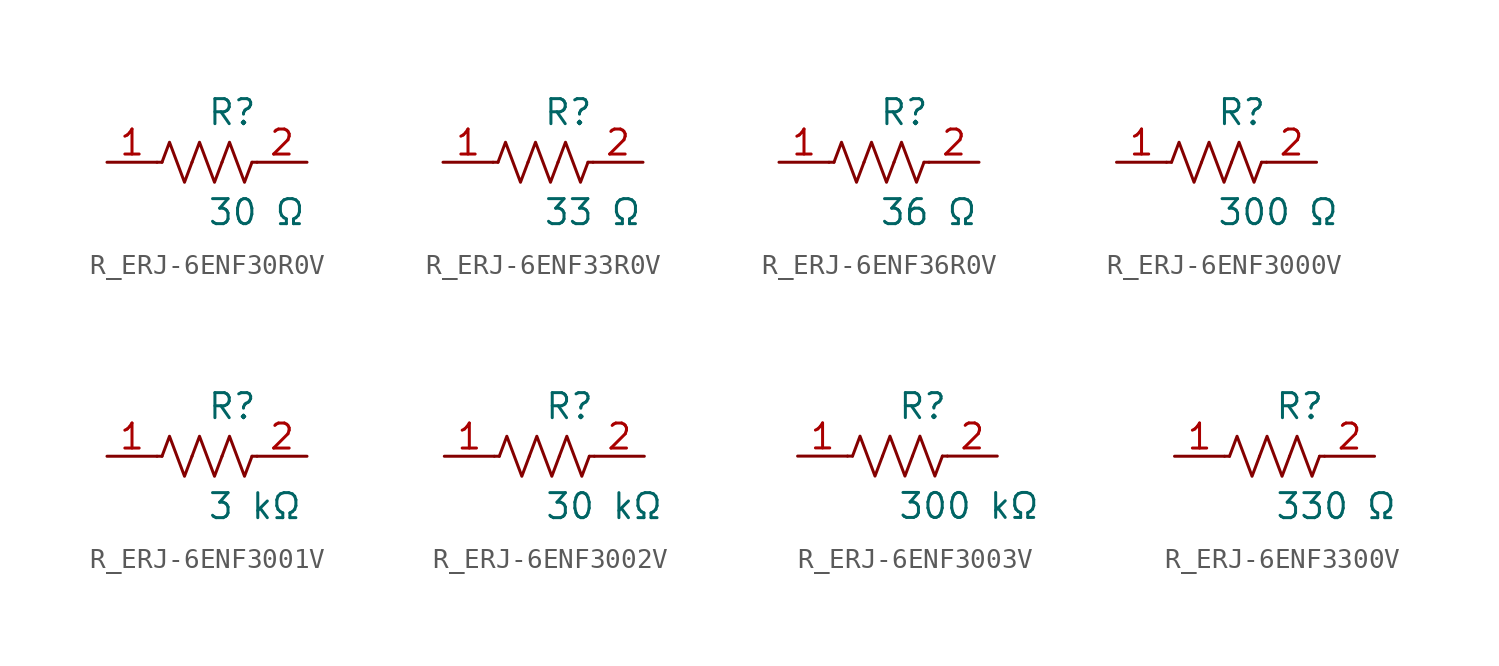
<source format=kicad_sym>
(kicad_symbol_lib
  (version 20231120)
  (generator kicad_symbol_editor)
  (generator_version 8.0)
  (symbol "R_ERJ-6ENF30R0V"
    (pin_names
      (offset 0.254))
    (property "Reference" "R"
      (at 0.0 2.54 0)
      (effects (font (size 1.27 1.27)) (justify left)))
    (property "Value" "30 Ω"
      (at 0.0 -2.54 0)
      (effects (font (size 1.27 1.27)) (justify left)))
    (symbol "R_ERJ-6ENF30R0V_0_1"
      (polyline (pts (xy 2.286 0) (xy 2.54 0)) (stroke (width 0) (type default)) (fill (type none)))
      (polyline (pts (xy -2.286 0) (xy -2.54 0)) (stroke (width 0) (type default)) (fill (type none)))
      (polyline (pts (xy 0.762 0) (xy 1.143 1.016) (xy 1.524 0) (xy 1.905 -1.016) (xy 2.286 0)) (stroke (width 0) (type default)) (fill (type none)))
      (polyline (pts (xy -0.762 0) (xy -0.381 1.016) (xy 0 0) (xy 0.381 -1.016) (xy 0.762 0)) (stroke (width 0) (type default)) (fill (type none)))
      (polyline (pts (xy -2.286 0) (xy -1.905 1.016) (xy -1.524 0) (xy -1.143 -1.016) (xy -0.762 0)) (stroke (width 0) (type default)) (fill (type none))))
    (pin unspecified line
      (at -5.08 0 0)
      (length 2.54)
      (name "" (effects (font (size 1.27 1.27))))
      (number "1" (effects (font (size 1.27 1.27)))))
    (pin unspecified line
      (at 5.08 0 180)
      (length 2.54)
      (name "" (effects (font (size 1.27 1.27))))
      (number "2" (effects (font (size 1.27 1.27))))))
  (symbol "R_ERJ-6ENF33R0V"
    (pin_names
      (offset 0.254))
    (property "Reference" "R"
      (at 0.0 2.54 0)
      (effects (font (size 1.27 1.27)) (justify left)))
    (property "Value" "33 Ω"
      (at 0.0 -2.54 0)
      (effects (font (size 1.27 1.27)) (justify left)))
    (symbol "R_ERJ-6ENF33R0V_0_1"
      (polyline (pts (xy 2.286 0) (xy 2.54 0)) (stroke (width 0) (type default)) (fill (type none)))
      (polyline (pts (xy -2.286 0) (xy -2.54 0)) (stroke (width 0) (type default)) (fill (type none)))
      (polyline (pts (xy 0.762 0) (xy 1.143 1.016) (xy 1.524 0) (xy 1.905 -1.016) (xy 2.286 0)) (stroke (width 0) (type default)) (fill (type none)))
      (polyline (pts (xy -0.762 0) (xy -0.381 1.016) (xy 0 0) (xy 0.381 -1.016) (xy 0.762 0)) (stroke (width 0) (type default)) (fill (type none)))
      (polyline (pts (xy -2.286 0) (xy -1.905 1.016) (xy -1.524 0) (xy -1.143 -1.016) (xy -0.762 0)) (stroke (width 0) (type default)) (fill (type none))))
    (pin unspecified line
      (at -5.08 0 0)
      (length 2.54)
      (name "" (effects (font (size 1.27 1.27))))
      (number "1" (effects (font (size 1.27 1.27)))))
    (pin unspecified line
      (at 5.08 0 180)
      (length 2.54)
      (name "" (effects (font (size 1.27 1.27))))
      (number "2" (effects (font (size 1.27 1.27))))))
  (symbol "R_ERJ-6ENF36R0V"
    (pin_names
      (offset 0.254))
    (property "Reference" "R"
      (at 0.0 2.54 0)
      (effects (font (size 1.27 1.27)) (justify left)))
    (property "Value" "36 Ω"
      (at 0.0 -2.54 0)
      (effects (font (size 1.27 1.27)) (justify left)))
    (symbol "R_ERJ-6ENF36R0V_0_1"
      (polyline (pts (xy 2.286 0) (xy 2.54 0)) (stroke (width 0) (type default)) (fill (type none)))
      (polyline (pts (xy -2.286 0) (xy -2.54 0)) (stroke (width 0) (type default)) (fill (type none)))
      (polyline (pts (xy 0.762 0) (xy 1.143 1.016) (xy 1.524 0) (xy 1.905 -1.016) (xy 2.286 0)) (stroke (width 0) (type default)) (fill (type none)))
      (polyline (pts (xy -0.762 0) (xy -0.381 1.016) (xy 0 0) (xy 0.381 -1.016) (xy 0.762 0)) (stroke (width 0) (type default)) (fill (type none)))
      (polyline (pts (xy -2.286 0) (xy -1.905 1.016) (xy -1.524 0) (xy -1.143 -1.016) (xy -0.762 0)) (stroke (width 0) (type default)) (fill (type none))))
    (pin unspecified line
      (at -5.08 0 0)
      (length 2.54)
      (name "" (effects (font (size 1.27 1.27))))
      (number "1" (effects (font (size 1.27 1.27)))))
    (pin unspecified line
      (at 5.08 0 180)
      (length 2.54)
      (name "" (effects (font (size 1.27 1.27))))
      (number "2" (effects (font (size 1.27 1.27))))))
  (symbol "R_ERJ-6ENF3000V"
    (pin_names
      (offset 0.254))
    (property "Reference" "R"
      (at 0.0 2.54 0)
      (effects (font (size 1.27 1.27)) (justify left)))
    (property "Value" "300 Ω"
      (at 0.0 -2.54 0)
      (effects (font (size 1.27 1.27)) (justify left)))
    (symbol "R_ERJ-6ENF3000V_0_1"
      (polyline (pts (xy 2.286 0) (xy 2.54 0)) (stroke (width 0) (type default)) (fill (type none)))
      (polyline (pts (xy -2.286 0) (xy -2.54 0)) (stroke (width 0) (type default)) (fill (type none)))
      (polyline (pts (xy 0.762 0) (xy 1.143 1.016) (xy 1.524 0) (xy 1.905 -1.016) (xy 2.286 0)) (stroke (width 0) (type default)) (fill (type none)))
      (polyline (pts (xy -0.762 0) (xy -0.381 1.016) (xy 0 0) (xy 0.381 -1.016) (xy 0.762 0)) (stroke (width 0) (type default)) (fill (type none)))
      (polyline (pts (xy -2.286 0) (xy -1.905 1.016) (xy -1.524 0) (xy -1.143 -1.016) (xy -0.762 0)) (stroke (width 0) (type default)) (fill (type none))))
    (pin unspecified line
      (at -5.08 0 0)
      (length 2.54)
      (name "" (effects (font (size 1.27 1.27))))
      (number "1" (effects (font (size 1.27 1.27)))))
    (pin unspecified line
      (at 5.08 0 180)
      (length 2.54)
      (name "" (effects (font (size 1.27 1.27))))
      (number "2" (effects (font (size 1.27 1.27))))))
  (symbol "R_ERJ-6ENF3001V"
    (pin_names
      (offset 0.254))
    (property "Reference" "R"
      (at 0.0 2.54 0)
      (effects (font (size 1.27 1.27)) (justify left)))
    (property "Value" "3 kΩ"
      (at 0.0 -2.54 0)
      (effects (font (size 1.27 1.27)) (justify left)))
    (symbol "R_ERJ-6ENF3001V_0_1"
      (polyline (pts (xy 2.286 0) (xy 2.54 0)) (stroke (width 0) (type default)) (fill (type none)))
      (polyline (pts (xy -2.286 0) (xy -2.54 0)) (stroke (width 0) (type default)) (fill (type none)))
      (polyline (pts (xy 0.762 0) (xy 1.143 1.016) (xy 1.524 0) (xy 1.905 -1.016) (xy 2.286 0)) (stroke (width 0) (type default)) (fill (type none)))
      (polyline (pts (xy -0.762 0) (xy -0.381 1.016) (xy 0 0) (xy 0.381 -1.016) (xy 0.762 0)) (stroke (width 0) (type default)) (fill (type none)))
      (polyline (pts (xy -2.286 0) (xy -1.905 1.016) (xy -1.524 0) (xy -1.143 -1.016) (xy -0.762 0)) (stroke (width 0) (type default)) (fill (type none))))
    (pin unspecified line
      (at -5.08 0 0)
      (length 2.54)
      (name "" (effects (font (size 1.27 1.27))))
      (number "1" (effects (font (size 1.27 1.27)))))
    (pin unspecified line
      (at 5.08 0 180)
      (length 2.54)
      (name "" (effects (font (size 1.27 1.27))))
      (number "2" (effects (font (size 1.27 1.27))))))
  (symbol "R_ERJ-6ENF3002V"
    (pin_names
      (offset 0.254))
    (property "Reference" "R"
      (at 0.0 2.54 0)
      (effects (font (size 1.27 1.27)) (justify left)))
    (property "Value" "30 kΩ"
      (at 0.0 -2.54 0)
      (effects (font (size 1.27 1.27)) (justify left)))
    (symbol "R_ERJ-6ENF3002V_0_1"
      (polyline (pts (xy 2.286 0) (xy 2.54 0)) (stroke (width 0) (type default)) (fill (type none)))
      (polyline (pts (xy -2.286 0) (xy -2.54 0)) (stroke (width 0) (type default)) (fill (type none)))
      (polyline (pts (xy 0.762 0) (xy 1.143 1.016) (xy 1.524 0) (xy 1.905 -1.016) (xy 2.286 0)) (stroke (width 0) (type default)) (fill (type none)))
      (polyline (pts (xy -0.762 0) (xy -0.381 1.016) (xy 0 0) (xy 0.381 -1.016) (xy 0.762 0)) (stroke (width 0) (type default)) (fill (type none)))
      (polyline (pts (xy -2.286 0) (xy -1.905 1.016) (xy -1.524 0) (xy -1.143 -1.016) (xy -0.762 0)) (stroke (width 0) (type default)) (fill (type none))))
    (pin unspecified line
      (at -5.08 0 0)
      (length 2.54)
      (name "" (effects (font (size 1.27 1.27))))
      (number "1" (effects (font (size 1.27 1.27)))))
    (pin unspecified line
      (at 5.08 0 180)
      (length 2.54)
      (name "" (effects (font (size 1.27 1.27))))
      (number "2" (effects (font (size 1.27 1.27))))))
  (symbol "R_ERJ-6ENF3003V"
    (pin_names
      (offset 0.254))
    (property "Reference" "R"
      (at 0.0 2.54 0)
      (effects (font (size 1.27 1.27)) (justify left)))
    (property "Value" "300 kΩ"
      (at 0.0 -2.54 0)
      (effects (font (size 1.27 1.27)) (justify left)))
    (symbol "R_ERJ-6ENF3003V_0_1"
      (polyline (pts (xy 2.286 0) (xy 2.54 0)) (stroke (width 0) (type default)) (fill (type none)))
      (polyline (pts (xy -2.286 0) (xy -2.54 0)) (stroke (width 0) (type default)) (fill (type none)))
      (polyline (pts (xy 0.762 0) (xy 1.143 1.016) (xy 1.524 0) (xy 1.905 -1.016) (xy 2.286 0)) (stroke (width 0) (type default)) (fill (type none)))
      (polyline (pts (xy -0.762 0) (xy -0.381 1.016) (xy 0 0) (xy 0.381 -1.016) (xy 0.762 0)) (stroke (width 0) (type default)) (fill (type none)))
      (polyline (pts (xy -2.286 0) (xy -1.905 1.016) (xy -1.524 0) (xy -1.143 -1.016) (xy -0.762 0)) (stroke (width 0) (type default)) (fill (type none))))
    (pin unspecified line
      (at -5.08 0 0)
      (length 2.54)
      (name "" (effects (font (size 1.27 1.27))))
      (number "1" (effects (font (size 1.27 1.27)))))
    (pin unspecified line
      (at 5.08 0 180)
      (length 2.54)
      (name "" (effects (font (size 1.27 1.27))))
      (number "2" (effects (font (size 1.27 1.27))))))
  (symbol "R_ERJ-6ENF3300V"
    (pin_names
      (offset 0.254))
    (property "Reference" "R"
      (at 0.0 2.54 0)
      (effects (font (size 1.27 1.27)) (justify left)))
    (property "Value" "330 Ω"
      (at 0.0 -2.54 0)
      (effects (font (size 1.27 1.27)) (justify left)))
    (symbol "R_ERJ-6ENF3300V_0_1"
      (polyline (pts (xy 2.286 0) (xy 2.54 0)) (stroke (width 0) (type default)) (fill (type none)))
      (polyline (pts (xy -2.286 0) (xy -2.54 0)) (stroke (width 0) (type default)) (fill (type none)))
      (polyline (pts (xy 0.762 0) (xy 1.143 1.016) (xy 1.524 0) (xy 1.905 -1.016) (xy 2.286 0)) (stroke (width 0) (type default)) (fill (type none)))
      (polyline (pts (xy -0.762 0) (xy -0.381 1.016) (xy 0 0) (xy 0.381 -1.016) (xy 0.762 0)) (stroke (width 0) (type default)) (fill (type none)))
      (polyline (pts (xy -2.286 0) (xy -1.905 1.016) (xy -1.524 0) (xy -1.143 -1.016) (xy -0.762 0)) (stroke (width 0) (type default)) (fill (type none))))
    (pin unspecified line
      (at -5.08 0 0)
      (length 2.54)
      (name "" (effects (font (size 1.27 1.27))))
      (number "1" (effects (font (size 1.27 1.27)))))
    (pin unspecified line
      (at 5.08 0 180)
      (length 2.54)
      (name "" (effects (font (size 1.27 1.27))))
      (number "2" (effects (font (size 1.27 1.27)))))))
</source>
